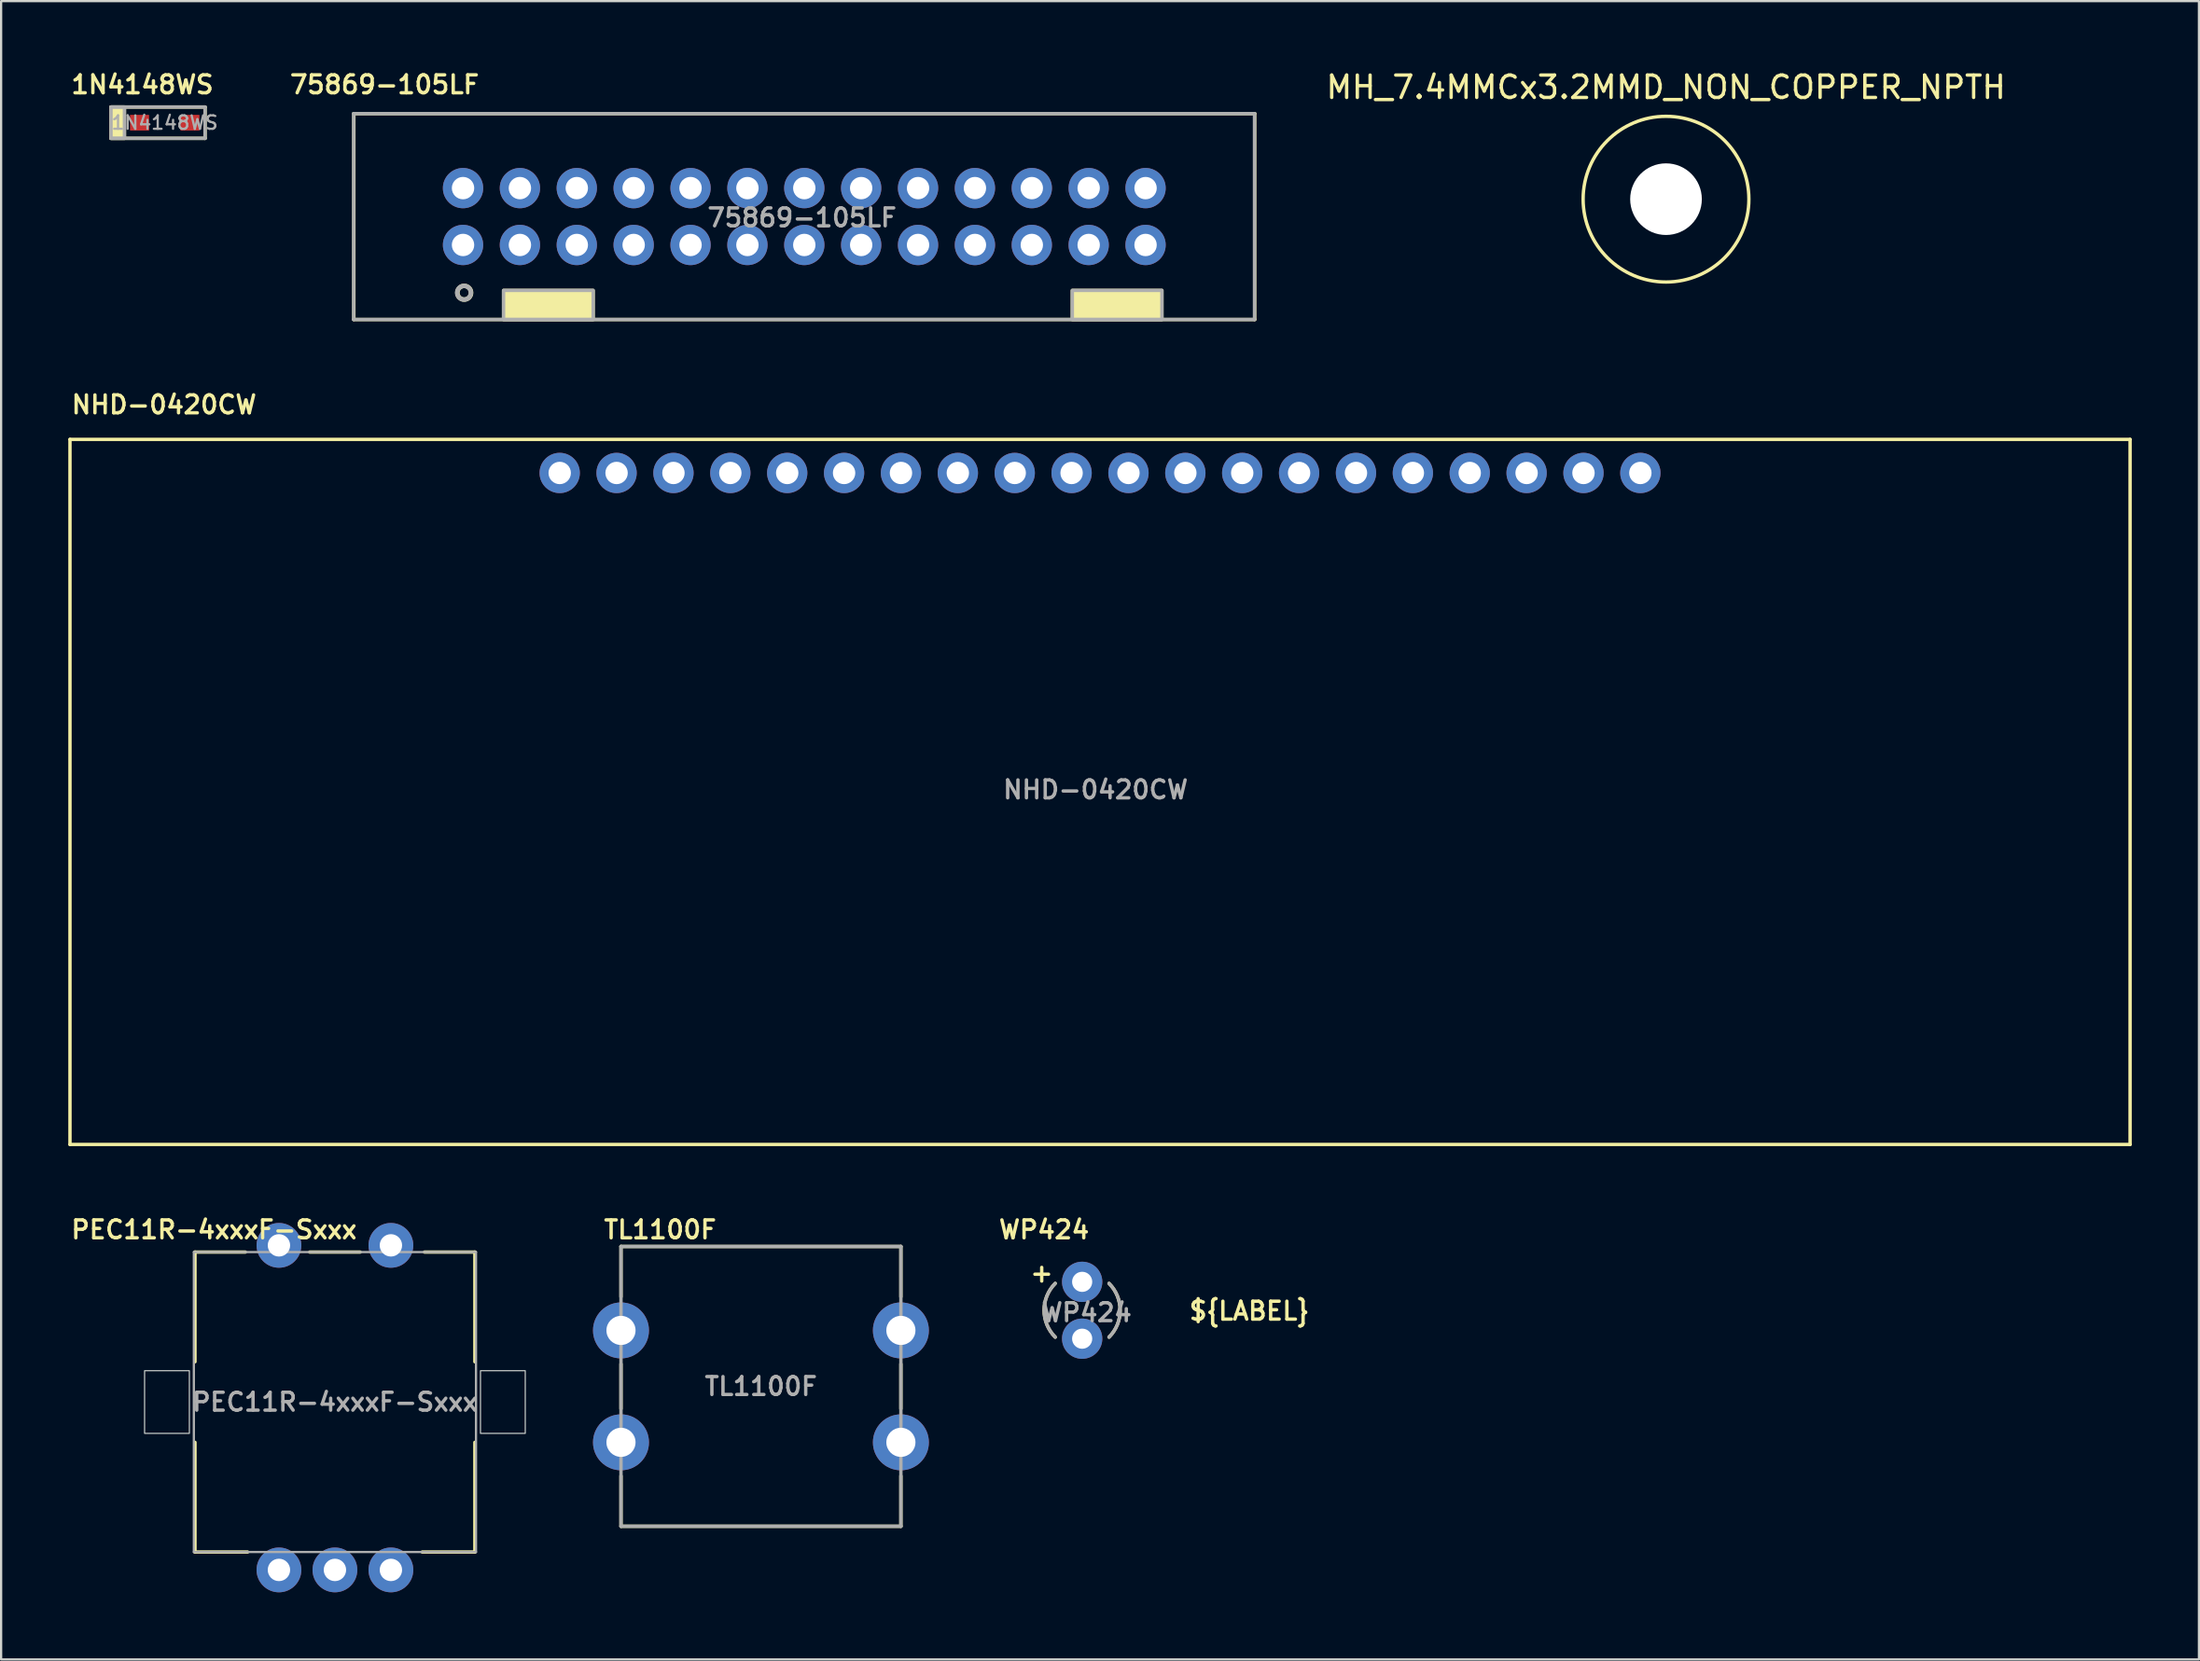
<source format=kicad_pcb>
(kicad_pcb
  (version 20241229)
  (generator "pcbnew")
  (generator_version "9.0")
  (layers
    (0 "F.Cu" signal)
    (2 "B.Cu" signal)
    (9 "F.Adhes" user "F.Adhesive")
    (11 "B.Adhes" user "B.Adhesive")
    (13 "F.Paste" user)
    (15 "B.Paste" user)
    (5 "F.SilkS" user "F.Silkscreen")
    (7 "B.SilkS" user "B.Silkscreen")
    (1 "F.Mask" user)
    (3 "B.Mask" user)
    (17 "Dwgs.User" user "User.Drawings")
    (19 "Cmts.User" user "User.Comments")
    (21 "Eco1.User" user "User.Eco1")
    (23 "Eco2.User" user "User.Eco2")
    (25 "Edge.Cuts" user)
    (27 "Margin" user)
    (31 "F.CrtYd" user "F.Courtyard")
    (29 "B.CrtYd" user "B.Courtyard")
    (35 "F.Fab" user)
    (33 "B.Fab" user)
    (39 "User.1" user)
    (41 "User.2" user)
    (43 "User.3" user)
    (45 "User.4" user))
  (footprint "PEC11R-4xxxF-Sxxx"
    (layer "F.Cu")
    (at 11.907 59.587)
    (property "Reference" "PEC11R-4xxxF-Sxxx" (at -5.4 -7.7 0) (unlocked yes) (layer "F.SilkS") (effects (font (size 0.8 0.8) (thickness 0.15) (bold yes))))
    (attr through_hole)
    (fp_line (start -6.25 -6.7) (end -6.25 -1.8) (stroke (width 0.15) (type default)) (layer "F.SilkS"))
    (fp_line (start -6.25 -6.7) (end -4 -6.7) (stroke (width 0.15) (type default)) (layer "F.SilkS"))
    (fp_line (start -6.25 1.8) (end -6.25 6.7) (stroke (width 0.15) (type default)) (layer "F.SilkS"))
    (fp_line (start -6.25 6.7) (end -3.9 6.7) (stroke (width 0.15) (type default)) (layer "F.SilkS"))
    (fp_line (start -1.125 -6.7) (end 1.125 -6.7) (stroke (width 0.15) (type default)) (layer "F.SilkS"))
    (fp_line (start 3.9 6.7) (end 6.25 6.7) (stroke (width 0.15) (type default)) (layer "F.SilkS"))
    (fp_line (start 4 -6.7) (end 6.25 -6.7) (stroke (width 0.15) (type default)) (layer "F.SilkS"))
    (fp_line (start 6.25 -6.7) (end 6.25 -1.8) (stroke (width 0.15) (type default)) (layer "F.SilkS"))
    (fp_line (start 6.25 1.8) (end 6.25 6.7) (stroke (width 0.15) (type default)) (layer "F.SilkS"))
    (fp_rect (start -8.5 -1.4) (end -6.5 1.4) (stroke (width 0.05) (type default)) (fill no) (layer "Edge.Cuts"))
    (fp_rect (start 8.5 -1.4) (end 6.5 1.4) (stroke (width 0.05) (type default)) (fill no) (layer "Edge.Cuts"))
    (fp_line (start -6.3 -6.7) (end -6.3 6.7) (stroke (width 0.1) (type default)) (layer "F.Fab"))
    (fp_line (start -6.3 6.7) (end 6.3 6.7) (stroke (width 0.1) (type default)) (layer "F.Fab"))
    (fp_line (start 6.3 -6.7) (end -6.3 -6.7) (stroke (width 0.1) (type default)) (layer "F.Fab"))
    (fp_line (start 6.3 6.7) (end 6.3 -6.7) (stroke (width 0.1) (type default)) (layer "F.Fab"))
    (fp_text user "${REFERENCE}" (at 0 0 0) (unlocked yes) (layer "F.Fab") (effects (font (size 0.8 0.8) (thickness 0.15))))
    (pad "A" thru_hole circle (at -2.5 7.5) (size 2 2) (drill 1) (layers "*.Cu" "*.Mask"))
    (pad "B" thru_hole circle (at 2.5 7.5) (size 2 2) (drill 1) (layers "*.Cu" "*.Mask"))
    (pad "C" thru_hole circle (at 0 7.5) (size 2 2) (drill 1) (layers "*.Cu" "*.Mask"))
    (pad "S1" thru_hole circle (at -2.5 -7) (size 2 2) (drill 1) (layers "*.Cu" "*.Mask"))
    (pad "S2" thru_hole circle (at 2.5 -7) (size 2 2) (drill 1) (layers "*.Cu" "*.Mask")))
  (footprint "75869-105LF"
    (layer "F.Cu")
    (at 32.868 6.624)
    (property "Reference" "75869-105LF" (at -18.745 -5.893 0) (unlocked yes) (layer "F.SilkS") (effects (font (size 0.8 0.8) (thickness 0.15) (bold yes))))
    (attr through_hole)
    (fp_line (start -20.115 4.6) (end -20.115 -4.6) (stroke (width 0.15) (type default)) (layer "F.SilkS"))
    (fp_line (start -20.115 4.6) (end 20.115 4.6) (stroke (width 0.15) (type default)) (layer "F.SilkS"))
    (fp_line (start 20.115 -4.6) (end -20.115 -4.6) (stroke (width 0.15) (type default)) (layer "F.SilkS"))
    (fp_line (start 20.115 4.6) (end 20.115 -4.6) (stroke (width 0.15) (type default)) (layer "F.SilkS"))
    (fp_rect (start -13.43 3.3) (end -9.43 4.6) (stroke (width 0.15) (type solid)) (fill yes) (layer "F.SilkS"))
    (fp_rect (start 11.97 3.3) (end 15.97 4.6) (stroke (width 0.15) (type solid)) (fill yes) (layer "F.SilkS"))
    (fp_circle (center -15.186 3.404) (end -14.88 3.404) (stroke (width 0.2) (type solid)) (fill no) (layer "F.SilkS"))
    (fp_line (start -20.125 4.6) (end -20.125 -4.6) (stroke (width 0.15) (type default)) (layer "F.Fab"))
    (fp_line (start -20.125 4.6) (end 20.105 4.6) (stroke (width 0.15) (type default)) (layer "F.Fab"))
    (fp_line (start 20.105 -4.6) (end -20.125 -4.6) (stroke (width 0.15) (type default)) (layer "F.Fab"))
    (fp_line (start 20.105 4.6) (end 20.105 -4.6) (stroke (width 0.15) (type default)) (layer "F.Fab"))
    (fp_rect (start -13.43 3.3) (end -9.43 4.6) (stroke (width 0.15) (type solid)) (fill no) (layer "F.Fab"))
    (fp_rect (start 11.97 3.3) (end 15.97 4.6) (stroke (width 0.15) (type solid)) (fill no) (layer "F.Fab"))
    (fp_circle (center -15.196 3.404) (end -14.89 3.404) (stroke (width 0.2) (type solid)) (fill no) (layer "F.Fab"))
    (fp_text user "${REFERENCE}" (at -0.102 0.051 0) (unlocked yes) (layer "F.Fab") (effects (font (size 0.8 0.8) (thickness 0.15))))
    (pad "1" thru_hole circle (at -15.24 1.27) (size 1.8 1.8) (drill 1) (layers "*.Cu" "*.Mask"))
    (pad "2" thru_hole circle (at -15.24 -1.27) (size 1.8 1.8) (drill 1) (layers "*.Cu" "*.Mask"))
    (pad "3" thru_hole circle (at -12.7 1.27) (size 1.8 1.8) (drill 1) (layers "*.Cu" "*.Mask"))
    (pad "4" thru_hole circle (at -12.7 -1.27) (size 1.8 1.8) (drill 1) (layers "*.Cu" "*.Mask"))
    (pad "5" thru_hole circle (at -10.16 1.27) (size 1.8 1.8) (drill 1) (layers "*.Cu" "*.Mask"))
    (pad "6" thru_hole circle (at -10.16 -1.27) (size 1.8 1.8) (drill 1) (layers "*.Cu" "*.Mask"))
    (pad "7" thru_hole circle (at -7.62 1.27) (size 1.8 1.8) (drill 1) (layers "*.Cu" "*.Mask"))
    (pad "8" thru_hole circle (at -7.62 -1.27) (size 1.8 1.8) (drill 1) (layers "*.Cu" "*.Mask"))
    (pad "9" thru_hole circle (at -5.08 1.27) (size 1.8 1.8) (drill 1) (layers "*.Cu" "*.Mask"))
    (pad "10" thru_hole circle (at -5.08 -1.27) (size 1.8 1.8) (drill 1) (layers "*.Cu" "*.Mask"))
    (pad "11" thru_hole circle (at -2.54 1.27) (size 1.8 1.8) (drill 1) (layers "*.Cu" "*.Mask"))
    (pad "12" thru_hole circle (at -2.54 -1.27) (size 1.8 1.8) (drill 1) (layers "*.Cu" "*.Mask"))
    (pad "13" thru_hole circle (at 0 1.27) (size 1.8 1.8) (drill 1) (layers "*.Cu" "*.Mask"))
    (pad "14" thru_hole circle (at 0 -1.27) (size 1.8 1.8) (drill 1) (layers "*.Cu" "*.Mask"))
    (pad "15" thru_hole circle (at 2.54 1.27) (size 1.8 1.8) (drill 1) (layers "*.Cu" "*.Mask"))
    (pad "16" thru_hole circle (at 2.54 -1.27) (size 1.8 1.8) (drill 1) (layers "*.Cu" "*.Mask"))
    (pad "17" thru_hole circle (at 5.08 1.27) (size 1.8 1.8) (drill 1) (layers "*.Cu" "*.Mask"))
    (pad "18" thru_hole circle (at 5.08 -1.27) (size 1.8 1.8) (drill 1) (layers "*.Cu" "*.Mask"))
    (pad "19" thru_hole circle (at 7.62 1.27) (size 1.8 1.8) (drill 1) (layers "*.Cu" "*.Mask"))
    (pad "20" thru_hole circle (at 7.62 -1.27) (size 1.8 1.8) (drill 1) (layers "*.Cu" "*.Mask"))
    (pad "21" thru_hole circle (at 10.16 1.27) (size 1.8 1.8) (drill 1) (layers "*.Cu" "*.Mask"))
    (pad "22" thru_hole circle (at 10.16 -1.27) (size 1.8 1.8) (drill 1) (layers "*.Cu" "*.Mask"))
    (pad "23" thru_hole circle (at 12.7 1.27) (size 1.8 1.8) (drill 1) (layers "*.Cu" "*.Mask"))
    (pad "24" thru_hole circle (at 12.7 -1.27) (size 1.8 1.8) (drill 1) (layers "*.Cu" "*.Mask"))
    (pad "25" thru_hole circle (at 15.24 1.27) (size 1.8 1.8) (drill 1) (layers "*.Cu" "*.Mask"))
    (pad "26" thru_hole circle (at 15.24 -1.27) (size 1.8 1.8) (drill 1) (layers "*.Cu" "*.Mask")))
  (footprint "1N4148WS"
    (layer "F.Cu")
    (at 4.307 2.431)
    (property "Reference" "1N4148WS" (at -1 -1.7 0) (unlocked yes) (layer "F.SilkS") (effects (font (size 0.8 0.8) (thickness 0.15) (bold yes))))
    (attr smd)
    (fp_line (start -2.4 -0.7) (end 1.8 -0.7) (stroke (width 0.15) (type default)) (layer "F.SilkS"))
    (fp_line (start -2.4 0.7) (end 1.8 0.7) (stroke (width 0.15) (type default)) (layer "F.SilkS"))
    (fp_line (start 1.8 0.7) (end 1.8 -0.7) (stroke (width 0.15) (type default)) (layer "F.SilkS"))
    (fp_rect (start -2.4 -0.7) (end -1.8 0.7) (stroke (width 0.15) (type solid)) (fill yes) (layer "F.SilkS"))
    (fp_line (start -2.4 -0.7) (end 1.8 -0.7) (stroke (width 0.15) (type default)) (layer "F.Fab"))
    (fp_line (start -2.4 0.7) (end 1.8 0.7) (stroke (width 0.15) (type default)) (layer "F.Fab"))
    (fp_line (start 1.8 0.7) (end 1.8 -0.7) (stroke (width 0.15) (type default)) (layer "F.Fab"))
    (fp_rect (start -2.4 -0.7) (end -1.8 0.7) (stroke (width 0.15) (type solid)) (fill no) (layer "F.Fab"))
    (fp_text user "${REFERENCE}" (at 0 0 0) (unlocked yes) (layer "F.Fab") (effects (font (size 0.6 0.6) (thickness 0.1) (bold yes))))
    (pad "1" smd rect (at -1.125 0) (size 0.85 0.7) (layers "F.Cu" "F.Mask" "F.Paste"))
    (pad "2" smd rect (at 1.125 0) (size 0.85 0.7) (layers "F.Cu" "F.Mask" "F.Paste")))
  (footprint "WP424"
    (layer "F.Cu")
    (at 45.277 55.487)
    (property "Reference" "WP424" (at -1.7 -3.6 0) (unlocked yes) (layer "F.SilkS") (effects (font (size 0.8 0.8) (thickness 0.15) (bold yes))))
    (attr through_hole)
    (fp_arc (start -1.202944 1.2) (mid -1.7 0) (end -1.202944 -1.2) (stroke (width 0.15) (type default)) (layer "F.SilkS"))
    (fp_arc (start 1.2 -1.2) (mid 1.697056 0) (end 1.2 1.2) (stroke (width 0.15) (type default)) (layer "F.SilkS"))
    (fp_arc (start -1.202944 1.2) (mid -1.7 0) (end -1.202944 -1.2) (stroke (width 0.15) (type default)) (layer "F.Fab"))
    (fp_arc (start 1.2 -1.2) (mid 1.697056 0) (end 1.2 1.2) (stroke (width 0.15) (type default)) (layer "F.Fab"))
    (fp_text user "+" (at -2.4 -1.2 0) (unlocked yes) (layer "F.SilkS") (effects (font (size 0.8 0.8) (thickness 0.15) (bold yes)) (justify left bottom)))
    (fp_text user "${LABEL}" (at 4.7 0.5 0) (unlocked yes) (layer "F.SilkS") (effects (font (size 0.8 0.8) (thickness 0.15) (bold yes)) (justify left bottom)))
    (fp_text user "${REFERENCE}" (at 0.2 0.1 0) (unlocked yes) (layer "F.Fab") (effects (font (size 0.8 0.8) (thickness 0.15))))
    (pad "1" thru_hole circle (at 0 1.27) (size 1.8 1.8) (drill 0.9) (layers "*.Cu" "*.Mask"))
    (pad "2" thru_hole circle (at 0 -1.27) (size 1.8 1.8) (drill 0.9) (layers "*.Cu" "*.Mask")))
  (footprint "TL1100F"
    (layer "F.Cu")
    (at 30.932 58.887)
    (property "Reference" "TL1100F" (at -4.5 -7 0) (unlocked yes) (layer "F.SilkS") (effects (font (size 0.8 0.8) (thickness 0.15) (bold yes))))
    (attr through_hole)
    (fp_line (start -6.25 -6.25) (end 6.25 -6.25) (stroke (width 0.15) (type default)) (layer "F.SilkS"))
    (fp_line (start -6.25 -4) (end -6.25 -6.25) (stroke (width 0.15) (type default)) (layer "F.SilkS"))
    (fp_line (start -6.25 -1) (end -6.25 1) (stroke (width 0.15) (type default)) (layer "F.SilkS"))
    (fp_line (start -6.25 6.25) (end -6.25 4) (stroke (width 0.15) (type default)) (layer "F.SilkS"))
    (fp_line (start -6.25 6.25) (end 6.25 6.25) (stroke (width 0.15) (type default)) (layer "F.SilkS"))
    (fp_line (start 6.25 -4) (end 6.25 -6.25) (stroke (width 0.15) (type default)) (layer "F.SilkS"))
    (fp_line (start 6.25 -1) (end 6.25 1) (stroke (width 0.15) (type default)) (layer "F.SilkS"))
    (fp_line (start 6.25 6.25) (end 6.25 4) (stroke (width 0.15) (type default)) (layer "F.SilkS"))
    (fp_line (start -6.25 -6.25) (end -6.25 6.25) (stroke (width 0.15) (type default)) (layer "F.Fab"))
    (fp_line (start -6.25 -6.25) (end 6.25 -6.25) (stroke (width 0.15) (type default)) (layer "F.Fab"))
    (fp_line (start -6.25 6.25) (end 6.25 6.25) (stroke (width 0.15) (type default)) (layer "F.Fab"))
    (fp_line (start 6.25 -6.25) (end 6.25 6.25) (stroke (width 0.15) (type default)) (layer "F.Fab"))
    (fp_text user "${REFERENCE}" (at 0 0 0) (unlocked yes) (layer "F.Fab") (effects (font (size 0.8 0.8) (thickness 0.15))))
    (pad "1" thru_hole circle (at -6.25 2.5) (size 2.5 2.5) (drill 1.3) (layers "*.Cu" "*.Mask"))
    (pad "2" thru_hole circle (at 6.25 2.5) (size 2.5 2.5) (drill 1.3) (layers "*.Cu" "*.Mask"))
    (pad "3" thru_hole circle (at -6.25 -2.5) (size 2.5 2.5) (drill 1.3) (layers "*.Cu" "*.Mask"))
    (pad "4" thru_hole circle (at 6.25 -2.5) (size 2.5 2.5) (drill 1.3) (layers "*.Cu" "*.Mask")))
  (footprint "MH_7.4MMCx3.2MMD_NON_COPPER_NPTH"
    (layer "F.Cu")
    (at 71.35 5.848)
    (property "Reference" "MH_7.4MMCx3.2MMD_NON_COPPER_NPTH" (at 0 -5 0) (layer "F.SilkS") (effects (font (size 1 1) (thickness 0.15))))
    (attr through_hole exclude_from_bom)
    (fp_circle (center 0 0) (end 3.7 -0.1) (stroke (width 0.15) (type solid)) (fill no) (layer "F.SilkS"))
    (pad "" np_thru_hole circle (at 0 0) (size 3.2 3.2) (drill 3.2) (layers "*.Cu" "*.Mask")))
  (footprint "NHD-0420CW"
    (layer "F.Cu")
    (at 46.075 32.33)
    (property "Reference" "NHD-0420CW" (at -41.8 -17.3 0) (unlocked yes) (layer "F.SilkS") (effects (font (size 0.8 0.8) (thickness 0.15) (bold yes))))
    (attr through_hole)
    (fp_line (start -46 -15.75) (end -46 15.75) (stroke (width 0.15) (type default)) (layer "F.SilkS"))
    (fp_line (start -46 -15.75) (end 46 -15.75) (stroke (width 0.15) (type default)) (layer "F.SilkS"))
    (fp_line (start -46 15.75) (end 46 15.75) (stroke (width 0.15) (type default)) (layer "F.SilkS"))
    (fp_line (start 46 -15.75) (end 46 15.75) (stroke (width 0.15) (type default)) (layer "F.SilkS"))
    (fp_text user "${REFERENCE}" (at -0.2 -0.1 0) (unlocked yes) (layer "F.Fab") (effects (font (size 0.8 0.8) (thickness 0.15))))
    (pad "1" thru_hole circle (at 24.13 -14.25) (size 1.8 1.8) (drill 1) (layers "*.Cu" "*.Mask"))
    (pad "2" thru_hole circle (at 21.59 -14.25) (size 1.8 1.8) (drill 1) (layers "*.Cu" "*.Mask"))
    (pad "3" thru_hole circle (at 19.05 -14.25) (size 1.8 1.8) (drill 1) (layers "*.Cu" "*.Mask"))
    (pad "4" thru_hole circle (at 16.51 -14.25) (size 1.8 1.8) (drill 1) (layers "*.Cu" "*.Mask"))
    (pad "5" thru_hole circle (at 13.97 -14.25) (size 1.8 1.8) (drill 1) (layers "*.Cu" "*.Mask"))
    (pad "6" thru_hole circle (at 11.43 -14.25) (size 1.8 1.8) (drill 1) (layers "*.Cu" "*.Mask"))
    (pad "7" thru_hole circle (at 8.89 -14.25) (size 1.8 1.8) (drill 1) (layers "*.Cu" "*.Mask"))
    (pad "8" thru_hole circle (at 6.35 -14.25) (size 1.8 1.8) (drill 1) (layers "*.Cu" "*.Mask"))
    (pad "9" thru_hole circle (at 3.81 -14.25) (size 1.8 1.8) (drill 1) (layers "*.Cu" "*.Mask"))
    (pad "10" thru_hole circle (at 1.27 -14.25) (size 1.8 1.8) (drill 1) (layers "*.Cu" "*.Mask"))
    (pad "11" thru_hole circle (at -1.27 -14.25) (size 1.8 1.8) (drill 1) (layers "*.Cu" "*.Mask"))
    (pad "12" thru_hole circle (at -3.81 -14.25) (size 1.8 1.8) (drill 1) (layers "*.Cu" "*.Mask"))
    (pad "13" thru_hole circle (at -6.35 -14.25) (size 1.8 1.8) (drill 1) (layers "*.Cu" "*.Mask"))
    (pad "14" thru_hole circle (at -8.89 -14.25) (size 1.8 1.8) (drill 1) (layers "*.Cu" "*.Mask"))
    (pad "15" thru_hole circle (at -11.43 -14.25) (size 1.8 1.8) (drill 1) (layers "*.Cu" "*.Mask"))
    (pad "16" thru_hole circle (at -13.97 -14.25) (size 1.8 1.8) (drill 1) (layers "*.Cu" "*.Mask"))
    (pad "17" thru_hole circle (at -16.51 -14.25) (size 1.8 1.8) (drill 1) (layers "*.Cu" "*.Mask"))
    (pad "18" thru_hole circle (at -19.05 -14.25) (size 1.8 1.8) (drill 1) (layers "*.Cu" "*.Mask"))
    (pad "19" thru_hole circle (at -21.59 -14.25) (size 1.8 1.8) (drill 1) (layers "*.Cu" "*.Mask"))
    (pad "20" thru_hole circle (at -24.13 -14.25) (size 1.8 1.8) (drill 1) (layers "*.Cu" "*.Mask")))
  (gr_rect
    (start -3 -3)
    (end 95.15 71.087)
    (stroke (width 0.1) (type default))
    (fill no)
    (layer "Edge.Cuts")))
</source>
